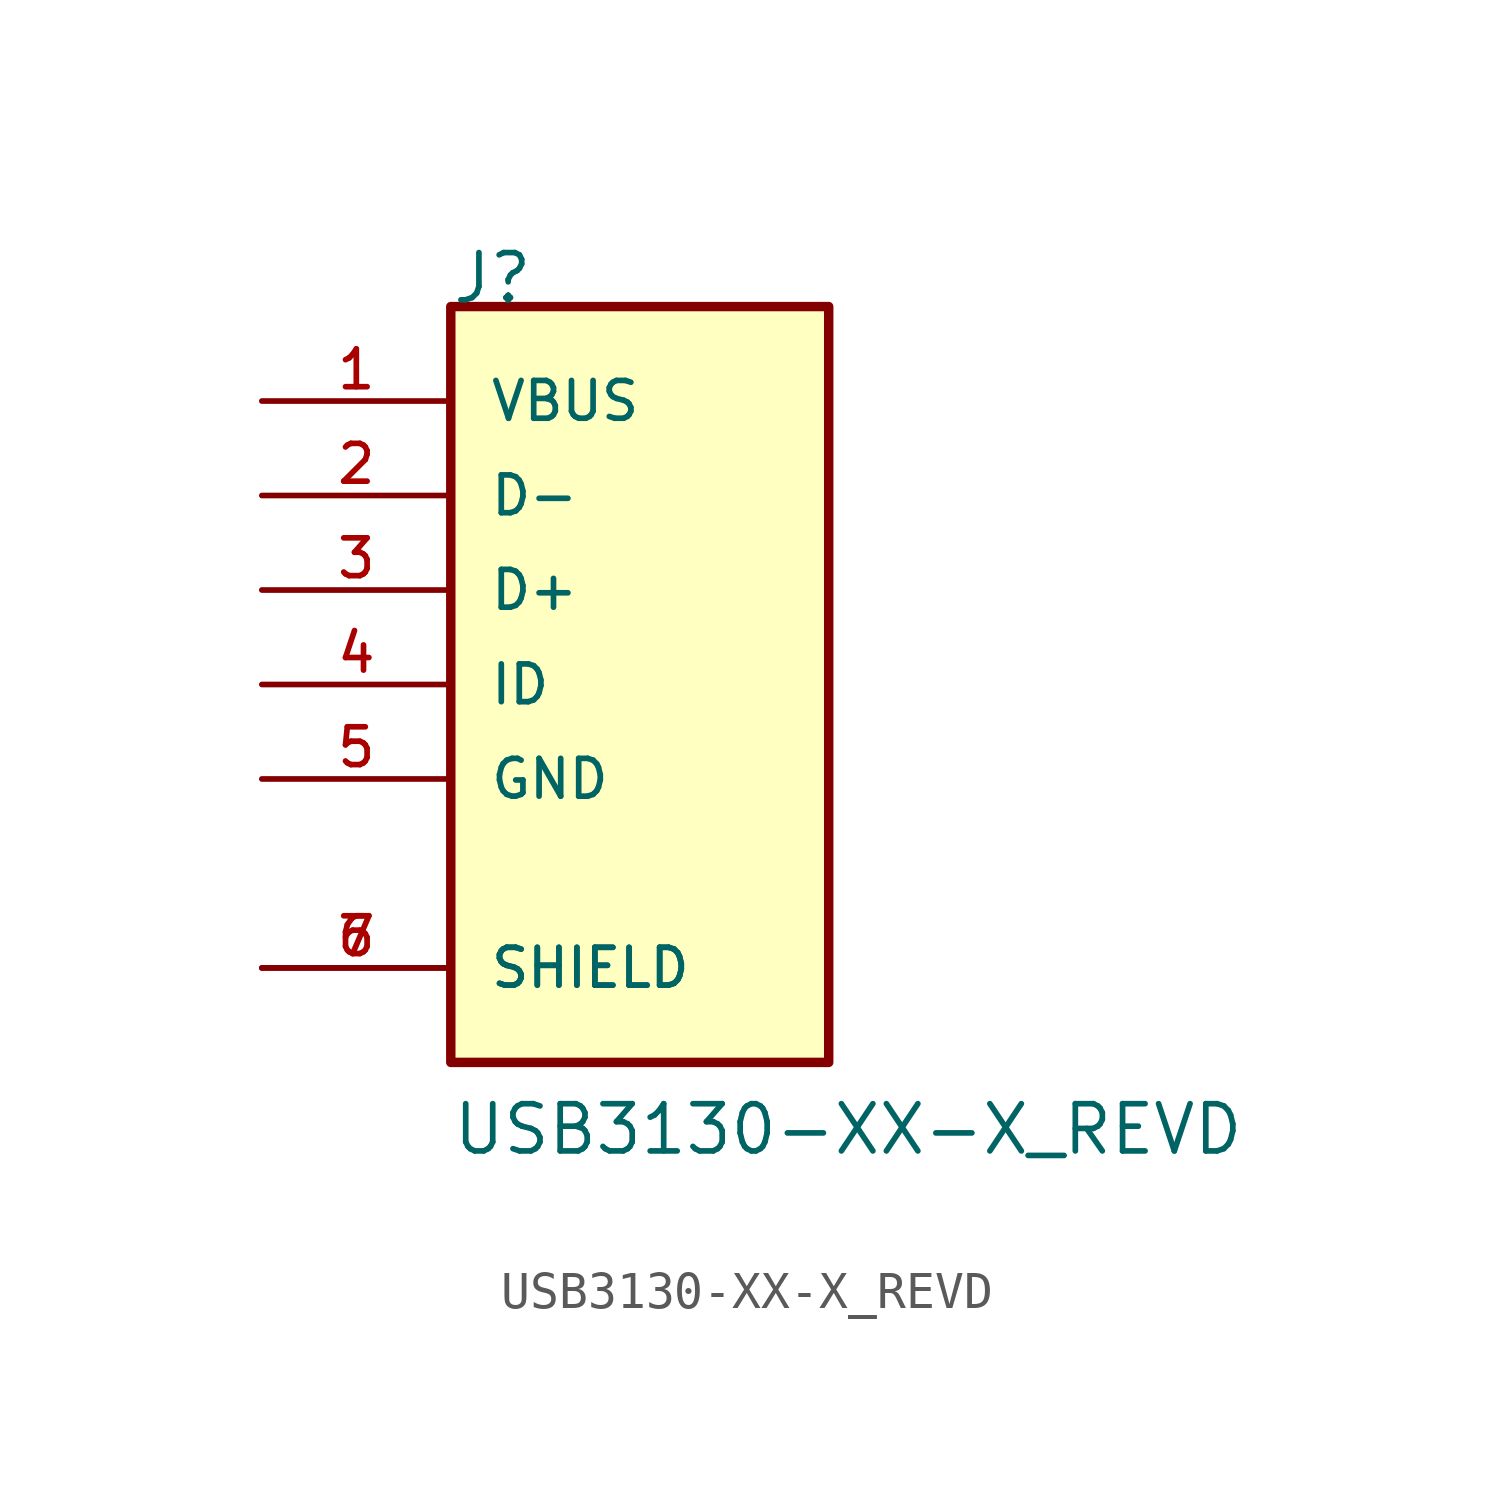
<source format=kicad_sym>
(kicad_symbol_lib
  (version 20211014)
  (generator kicad_symbol_editor)
  (symbol "USB3130-XX-X_REVD"
    (pin_names
      (offset 1.016))
    (property "Reference" "J"
      (at -5.089 10.178 0)
      (effects (font (size 1.27 1.27)) (justify bottom left)))
    (property "Value" "USB3130-XX-X_REVD"
      (at -5.081 -12.703 0)
      (effects (font (size 1.27 1.27)) (justify bottom left)))
    (symbol "USB3130-XX-X_REVD_0_0"
      (rectangle (start -5.08 -10.16) (end 5.08 10.16) (stroke (width 0.254)) (fill (type background)))
      (pin power_in line (at -10.16 7.62 0) (length 5.08) (name "VBUS" (effects (font (size 1.016 1.016)))) (number "1" (effects (font (size 1.016 1.016)))))
      (pin bidirectional line (at -10.16 5.08 0) (length 5.08) (name "D-" (effects (font (size 1.016 1.016)))) (number "2" (effects (font (size 1.016 1.016)))))
      (pin bidirectional line (at -10.16 2.54 0) (length 5.08) (name "D+" (effects (font (size 1.016 1.016)))) (number "3" (effects (font (size 1.016 1.016)))))
      (pin power_in line (at -10.16 -2.54 0) (length 5.08) (name "GND" (effects (font (size 1.016 1.016)))) (number "5" (effects (font (size 1.016 1.016)))))
      (pin passive line (at -10.16 -7.62 0) (length 5.08) (name "SHIELD" (effects (font (size 1.016 1.016)))) (number "6" (effects (font (size 1.016 1.016)))))
      (pin passive line (at -10.16 -7.62 0) (length 5.08) (name "SHIELD" (effects (font (size 1.016 1.016)))) (number "7" (effects (font (size 1.016 1.016)))))
      (pin passive line (at -10.16 0.0 0) (length 5.08) (name "ID" (effects (font (size 1.016 1.016)))) (number "4" (effects (font (size 1.016 1.016))))))))
</source>
